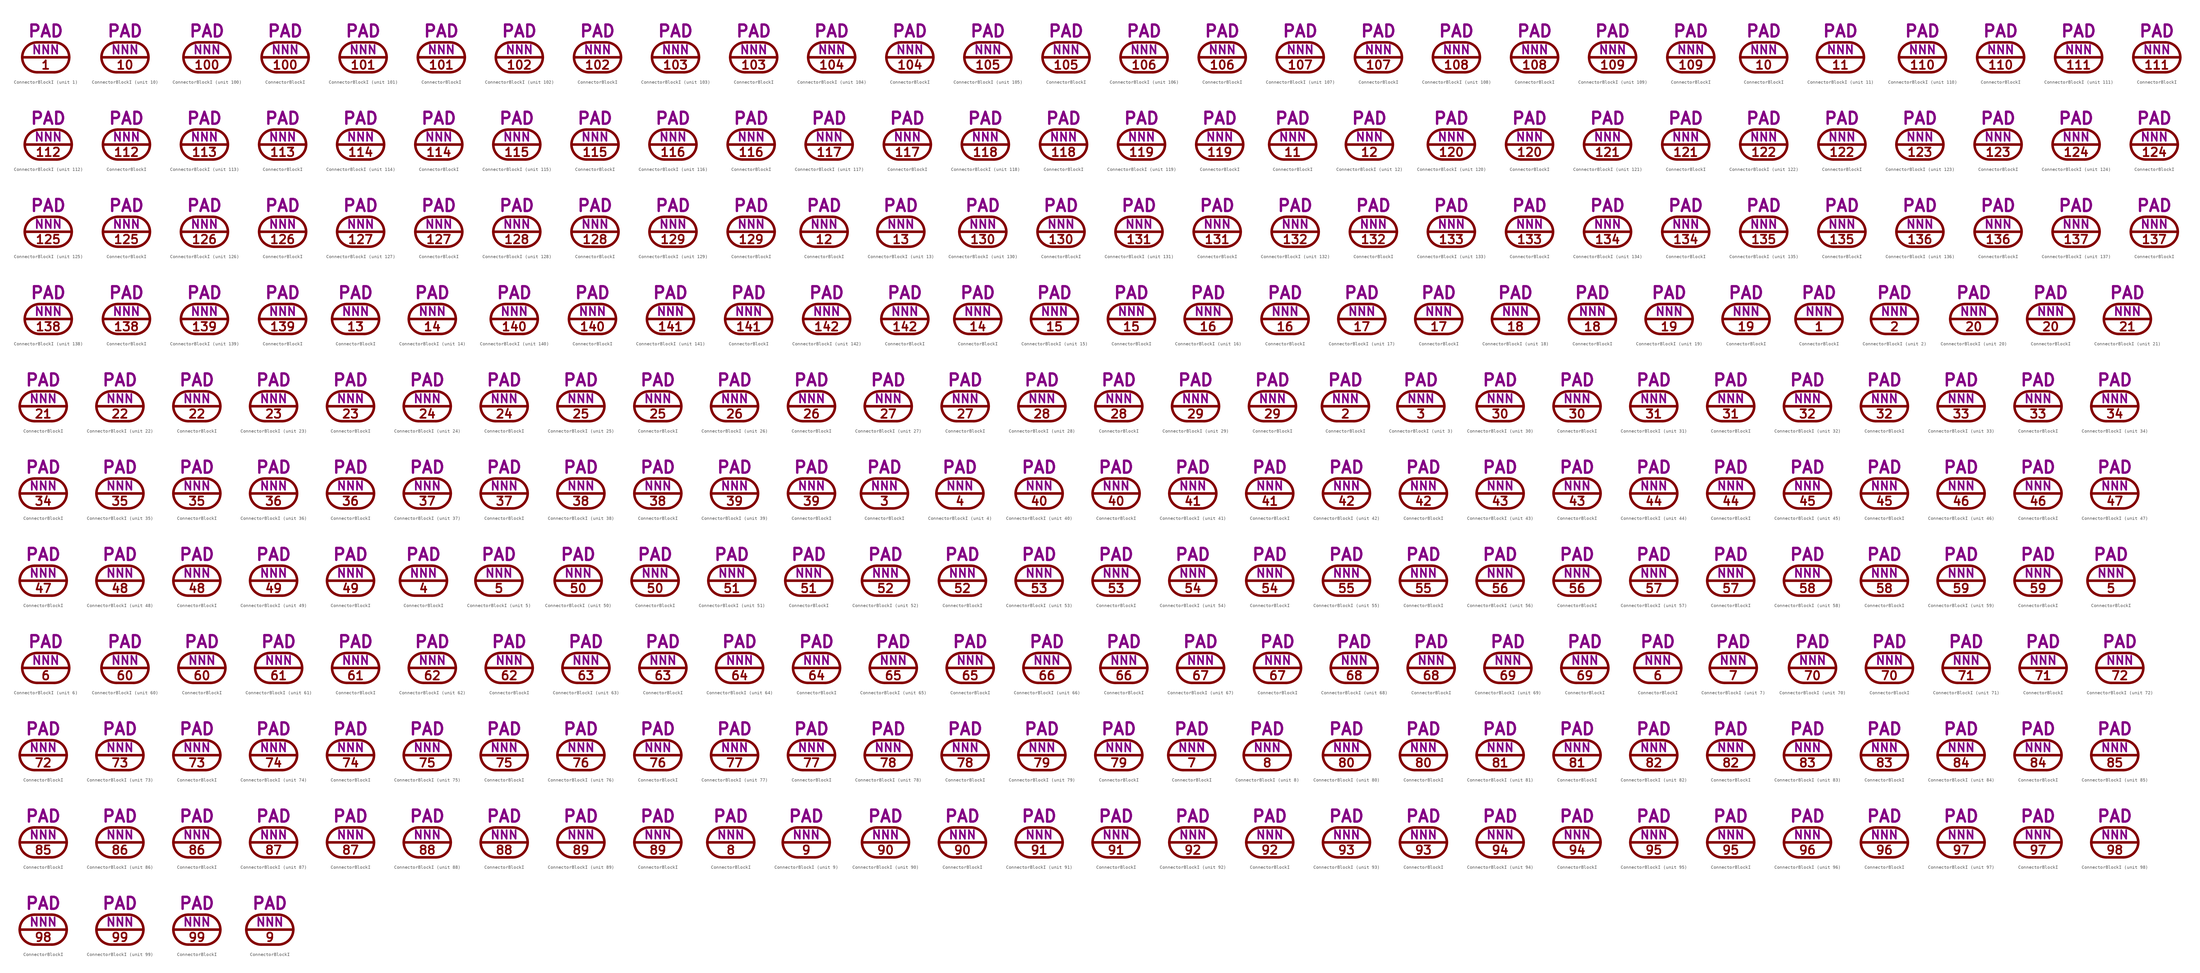
<source format=kicad_sym>
(kicad_symbol_lib
  (version 20211014)
  (generator kicad_symbol_editor)
  (symbol "ConnectorBlockI"
    (pin_numbers hide)
    (pin_names
      (offset 0) hide)
    (property "Reference" "J"
      (at 0 8.255 0)
      (effects (font (size 3.556 3.556)) hide))
    (property "Caption" "PAD"
      (at 0 5.715 0)
      (effects (font (size 3.556 3.556) bold) (justify bottom)))
    (property "Pin0" "NNN"
      (at 0 0.762 0)
      (effects (font (size 2.54 2.54) bold) (justify bottom)))
    (property "ki_locked" ""
      (at 0 0 0)
      (effects (font (size 1.27 1.27))))
    (symbol "ConnectorBlockI_0_0"
      (arc (start -2.54 4.445) (mid -6.985 0) (end -2.54 -4.445) (stroke (width 0.762) (type default) (color 0 0 0 0)) (fill (type none)))
      (polyline (pts (xy -6.985 0) (xy 6.985 0)) (stroke (width 0.762) (type default) (color 0 0 0 0)) (fill (type none)))
      (polyline (pts (xy -2.54 -4.445) (xy 2.54 -4.445)) (stroke (width 0.762) (type default) (color 0 0 0 0)) (fill (type none)))
      (polyline (pts (xy -2.54 4.445) (xy 2.54 4.445)) (stroke (width 0.762) (type default) (color 0 0 0 0)) (fill (type none)))
      (arc (start 2.54 -4.445) (mid 6.985 0) (end 2.54 4.445) (stroke (width 0.762) (type default) (color 0 0 0 0)) (fill (type none))))
    (symbol "ConnectorBlockI_1_0"
      (text "1" (at 0 -2.286 0) (effects (font (size 2.54 2.54) bold))))
    (symbol "ConnectorBlockI_1_1"
      (pin passive line (at 6.985 0 180) (length 0) (name "1" (effects (font (size 3.556 3.556)))) (number "1" (effects (font (size 3.556 3.556))))))
    (symbol "ConnectorBlockI_1_2"
      (pin passive line (at 0 4.445 270) (length 0) (name "1" (effects (font (size 3.556 3.556)))) (number "1" (effects (font (size 3.556 3.556))))))
    (symbol "ConnectorBlockI_2_0"
      (text "2" (at 0 -2.286 0) (effects (font (size 2.54 2.54) bold))))
    (symbol "ConnectorBlockI_2_1"
      (pin passive line (at 6.985 0 180) (length 0) (name "2" (effects (font (size 3.556 3.556)))) (number "2" (effects (font (size 3.556 3.556))))))
    (symbol "ConnectorBlockI_2_2"
      (pin passive line (at 0 4.445 270) (length 0) (name "2" (effects (font (size 3.556 3.556)))) (number "2" (effects (font (size 3.556 3.556))))))
    (symbol "ConnectorBlockI_3_0"
      (text "3" (at 0 -2.286 0) (effects (font (size 2.54 2.54) bold))))
    (symbol "ConnectorBlockI_3_1"
      (pin passive line (at 6.985 0 180) (length 0) (name "3" (effects (font (size 3.556 3.556)))) (number "3" (effects (font (size 3.556 3.556))))))
    (symbol "ConnectorBlockI_3_2"
      (pin passive line (at 0 4.445 270) (length 0) (name "3" (effects (font (size 3.556 3.556)))) (number "3" (effects (font (size 3.556 3.556))))))
    (symbol "ConnectorBlockI_4_0"
      (text "4" (at 0 -2.286 0) (effects (font (size 2.54 2.54) bold))))
    (symbol "ConnectorBlockI_4_1"
      (pin passive line (at 6.985 0 180) (length 0) (name "4" (effects (font (size 3.556 3.556)))) (number "4" (effects (font (size 3.556 3.556))))))
    (symbol "ConnectorBlockI_4_2"
      (pin passive line (at 0 4.445 270) (length 0) (name "4" (effects (font (size 3.556 3.556)))) (number "4" (effects (font (size 3.556 3.556))))))
    (symbol "ConnectorBlockI_5_0"
      (text "5" (at 0 -2.286 0) (effects (font (size 2.54 2.54) bold))))
    (symbol "ConnectorBlockI_5_1"
      (pin passive line (at 6.985 0 180) (length 0) (name "5" (effects (font (size 3.556 3.556)))) (number "5" (effects (font (size 3.556 3.556))))))
    (symbol "ConnectorBlockI_5_2"
      (pin passive line (at 0 4.445 270) (length 0) (name "5" (effects (font (size 3.556 3.556)))) (number "5" (effects (font (size 3.556 3.556))))))
    (symbol "ConnectorBlockI_6_0"
      (text "6" (at 0 -2.286 0) (effects (font (size 2.54 2.54) bold))))
    (symbol "ConnectorBlockI_6_1"
      (pin passive line (at 6.985 0 180) (length 0) (name "6" (effects (font (size 3.556 3.556)))) (number "6" (effects (font (size 3.556 3.556))))))
    (symbol "ConnectorBlockI_6_2"
      (pin passive line (at 0 4.445 270) (length 0) (name "6" (effects (font (size 3.556 3.556)))) (number "6" (effects (font (size 3.556 3.556))))))
    (symbol "ConnectorBlockI_7_0"
      (text "7" (at 0 -2.286 0) (effects (font (size 2.54 2.54) bold))))
    (symbol "ConnectorBlockI_7_1"
      (pin passive line (at 6.985 0 180) (length 0) (name "7" (effects (font (size 3.556 3.556)))) (number "7" (effects (font (size 3.556 3.556))))))
    (symbol "ConnectorBlockI_7_2"
      (pin passive line (at 0 4.445 270) (length 0) (name "7" (effects (font (size 3.556 3.556)))) (number "7" (effects (font (size 3.556 3.556))))))
    (symbol "ConnectorBlockI_8_0"
      (text "8" (at 0 -2.286 0) (effects (font (size 2.54 2.54) bold))))
    (symbol "ConnectorBlockI_8_1"
      (pin passive line (at 6.985 0 180) (length 0) (name "8" (effects (font (size 3.556 3.556)))) (number "8" (effects (font (size 3.556 3.556))))))
    (symbol "ConnectorBlockI_8_2"
      (pin passive line (at 0 4.445 270) (length 0) (name "8" (effects (font (size 3.556 3.556)))) (number "8" (effects (font (size 3.556 3.556))))))
    (symbol "ConnectorBlockI_9_0"
      (text "9" (at 0 -2.286 0) (effects (font (size 2.54 2.54) bold))))
    (symbol "ConnectorBlockI_9_1"
      (pin passive line (at 6.985 0 180) (length 0) (name "9" (effects (font (size 3.556 3.556)))) (number "9" (effects (font (size 3.556 3.556))))))
    (symbol "ConnectorBlockI_9_2"
      (pin passive line (at 0 4.445 270) (length 0) (name "9" (effects (font (size 3.556 3.556)))) (number "9" (effects (font (size 3.556 3.556))))))
    (symbol "ConnectorBlockI_10_0"
      (text "10" (at 0 -2.286 0) (effects (font (size 2.54 2.54) bold))))
    (symbol "ConnectorBlockI_10_1"
      (pin passive line (at 6.985 0 180) (length 0) (name "10" (effects (font (size 3.556 3.556)))) (number "10" (effects (font (size 3.556 3.556))))))
    (symbol "ConnectorBlockI_10_2"
      (pin passive line (at 0 4.445 270) (length 0) (name "10" (effects (font (size 3.556 3.556)))) (number "10" (effects (font (size 3.556 3.556))))))
    (symbol "ConnectorBlockI_11_0"
      (text "11" (at 0 -2.286 0) (effects (font (size 2.54 2.54) bold))))
    (symbol "ConnectorBlockI_11_1"
      (pin passive line (at 6.985 0 180) (length 0) (name "11" (effects (font (size 3.556 3.556)))) (number "11" (effects (font (size 3.556 3.556))))))
    (symbol "ConnectorBlockI_11_2"
      (pin passive line (at 0 4.445 270) (length 0) (name "11" (effects (font (size 3.556 3.556)))) (number "11" (effects (font (size 3.556 3.556))))))
    (symbol "ConnectorBlockI_12_0"
      (text "12" (at 0 -2.286 0) (effects (font (size 2.54 2.54) bold))))
    (symbol "ConnectorBlockI_12_1"
      (pin passive line (at 6.985 0 180) (length 0) (name "12" (effects (font (size 3.556 3.556)))) (number "12" (effects (font (size 3.556 3.556))))))
    (symbol "ConnectorBlockI_12_2"
      (pin passive line (at 0 4.445 270) (length 0) (name "12" (effects (font (size 3.556 3.556)))) (number "12" (effects (font (size 3.556 3.556))))))
    (symbol "ConnectorBlockI_13_0"
      (text "13" (at 0 -2.286 0) (effects (font (size 2.54 2.54) bold))))
    (symbol "ConnectorBlockI_13_1"
      (pin passive line (at 6.985 0 180) (length 0) (name "13" (effects (font (size 3.556 3.556)))) (number "13" (effects (font (size 3.556 3.556))))))
    (symbol "ConnectorBlockI_13_2"
      (pin passive line (at 0 4.445 270) (length 0) (name "13" (effects (font (size 3.556 3.556)))) (number "13" (effects (font (size 3.556 3.556))))))
    (symbol "ConnectorBlockI_14_0"
      (text "14" (at 0 -2.286 0) (effects (font (size 2.54 2.54) bold))))
    (symbol "ConnectorBlockI_14_1"
      (pin passive line (at 6.985 0 180) (length 0) (name "14" (effects (font (size 3.556 3.556)))) (number "14" (effects (font (size 3.556 3.556))))))
    (symbol "ConnectorBlockI_14_2"
      (pin passive line (at 0 4.445 270) (length 0) (name "14" (effects (font (size 3.556 3.556)))) (number "14" (effects (font (size 3.556 3.556))))))
    (symbol "ConnectorBlockI_15_0"
      (text "15" (at 0 -2.286 0) (effects (font (size 2.54 2.54) bold))))
    (symbol "ConnectorBlockI_15_1"
      (pin passive line (at 6.985 0 180) (length 0) (name "15" (effects (font (size 3.556 3.556)))) (number "15" (effects (font (size 3.556 3.556))))))
    (symbol "ConnectorBlockI_15_2"
      (pin passive line (at 0 4.445 270) (length 0) (name "15" (effects (font (size 3.556 3.556)))) (number "15" (effects (font (size 3.556 3.556))))))
    (symbol "ConnectorBlockI_16_0"
      (text "16" (at 0 -2.286 0) (effects (font (size 2.54 2.54) bold))))
    (symbol "ConnectorBlockI_16_1"
      (pin passive line (at 6.985 0 180) (length 0) (name "16" (effects (font (size 3.556 3.556)))) (number "16" (effects (font (size 3.556 3.556))))))
    (symbol "ConnectorBlockI_16_2"
      (pin passive line (at 0 4.445 270) (length 0) (name "16" (effects (font (size 3.556 3.556)))) (number "16" (effects (font (size 3.556 3.556))))))
    (symbol "ConnectorBlockI_17_0"
      (text "17" (at 0 -2.286 0) (effects (font (size 2.54 2.54) bold))))
    (symbol "ConnectorBlockI_17_1"
      (pin passive line (at 6.985 0 180) (length 0) (name "17" (effects (font (size 3.556 3.556)))) (number "17" (effects (font (size 3.556 3.556))))))
    (symbol "ConnectorBlockI_17_2"
      (pin passive line (at 0 4.445 270) (length 0) (name "17" (effects (font (size 3.556 3.556)))) (number "17" (effects (font (size 3.556 3.556))))))
    (symbol "ConnectorBlockI_18_0"
      (text "18" (at 0 -2.286 0) (effects (font (size 2.54 2.54) bold))))
    (symbol "ConnectorBlockI_18_1"
      (pin passive line (at 6.985 0 180) (length 0) (name "18" (effects (font (size 3.556 3.556)))) (number "18" (effects (font (size 3.556 3.556))))))
    (symbol "ConnectorBlockI_18_2"
      (pin passive line (at 0 4.445 270) (length 0) (name "18" (effects (font (size 3.556 3.556)))) (number "18" (effects (font (size 3.556 3.556))))))
    (symbol "ConnectorBlockI_19_0"
      (text "19" (at 0 -2.286 0) (effects (font (size 2.54 2.54) bold))))
    (symbol "ConnectorBlockI_19_1"
      (pin passive line (at 6.985 0 180) (length 0) (name "19" (effects (font (size 3.556 3.556)))) (number "19" (effects (font (size 3.556 3.556))))))
    (symbol "ConnectorBlockI_19_2"
      (pin passive line (at 0 4.445 270) (length 0) (name "19" (effects (font (size 3.556 3.556)))) (number "19" (effects (font (size 3.556 3.556))))))
    (symbol "ConnectorBlockI_20_0"
      (text "20" (at 0 -2.286 0) (effects (font (size 2.54 2.54) bold))))
    (symbol "ConnectorBlockI_20_1"
      (pin passive line (at 6.985 0 180) (length 0) (name "20" (effects (font (size 3.556 3.556)))) (number "20" (effects (font (size 3.556 3.556))))))
    (symbol "ConnectorBlockI_20_2"
      (pin passive line (at 0 4.445 270) (length 0) (name "20" (effects (font (size 3.556 3.556)))) (number "20" (effects (font (size 3.556 3.556))))))
    (symbol "ConnectorBlockI_21_0"
      (text "21" (at 0 -2.286 0) (effects (font (size 2.54 2.54) bold))))
    (symbol "ConnectorBlockI_21_1"
      (pin passive line (at 6.985 0 180) (length 0) (name "21" (effects (font (size 3.556 3.556)))) (number "21" (effects (font (size 3.556 3.556))))))
    (symbol "ConnectorBlockI_21_2"
      (pin passive line (at 0 4.445 270) (length 0) (name "21" (effects (font (size 3.556 3.556)))) (number "21" (effects (font (size 3.556 3.556))))))
    (symbol "ConnectorBlockI_22_0"
      (text "22" (at 0 -2.286 0) (effects (font (size 2.54 2.54) bold))))
    (symbol "ConnectorBlockI_22_1"
      (pin passive line (at 6.985 0 180) (length 0) (name "22" (effects (font (size 3.556 3.556)))) (number "22" (effects (font (size 3.556 3.556))))))
    (symbol "ConnectorBlockI_22_2"
      (pin passive line (at 0 4.445 270) (length 0) (name "22" (effects (font (size 3.556 3.556)))) (number "22" (effects (font (size 3.556 3.556))))))
    (symbol "ConnectorBlockI_23_0"
      (text "23" (at 0 -2.286 0) (effects (font (size 2.54 2.54) bold))))
    (symbol "ConnectorBlockI_23_1"
      (pin passive line (at 6.985 0 180) (length 0) (name "23" (effects (font (size 3.556 3.556)))) (number "23" (effects (font (size 3.556 3.556))))))
    (symbol "ConnectorBlockI_23_2"
      (pin passive line (at 0 4.445 270) (length 0) (name "23" (effects (font (size 3.556 3.556)))) (number "23" (effects (font (size 3.556 3.556))))))
    (symbol "ConnectorBlockI_24_0"
      (text "24" (at 0 -2.286 0) (effects (font (size 2.54 2.54) bold))))
    (symbol "ConnectorBlockI_24_1"
      (pin passive line (at 6.985 0 180) (length 0) (name "24" (effects (font (size 3.556 3.556)))) (number "24" (effects (font (size 3.556 3.556))))))
    (symbol "ConnectorBlockI_24_2"
      (pin passive line (at 0 4.445 270) (length 0) (name "24" (effects (font (size 3.556 3.556)))) (number "24" (effects (font (size 3.556 3.556))))))
    (symbol "ConnectorBlockI_25_0"
      (text "25" (at 0 -2.286 0) (effects (font (size 2.54 2.54) bold))))
    (symbol "ConnectorBlockI_25_1"
      (pin passive line (at 6.985 0 180) (length 0) (name "25" (effects (font (size 3.556 3.556)))) (number "25" (effects (font (size 3.556 3.556))))))
    (symbol "ConnectorBlockI_25_2"
      (pin passive line (at 0 4.445 270) (length 0) (name "25" (effects (font (size 3.556 3.556)))) (number "25" (effects (font (size 3.556 3.556))))))
    (symbol "ConnectorBlockI_26_0"
      (text "26" (at 0 -2.286 0) (effects (font (size 2.54 2.54) bold))))
    (symbol "ConnectorBlockI_26_1"
      (pin passive line (at 6.985 0 180) (length 0) (name "26" (effects (font (size 3.556 3.556)))) (number "26" (effects (font (size 3.556 3.556))))))
    (symbol "ConnectorBlockI_26_2"
      (pin passive line (at 0 4.445 270) (length 0) (name "26" (effects (font (size 3.556 3.556)))) (number "26" (effects (font (size 3.556 3.556))))))
    (symbol "ConnectorBlockI_27_0"
      (text "27" (at 0 -2.286 0) (effects (font (size 2.54 2.54) bold))))
    (symbol "ConnectorBlockI_27_1"
      (pin passive line (at 6.985 0 180) (length 0) (name "27" (effects (font (size 3.556 3.556)))) (number "27" (effects (font (size 3.556 3.556))))))
    (symbol "ConnectorBlockI_27_2"
      (pin passive line (at 0 4.445 270) (length 0) (name "27" (effects (font (size 3.556 3.556)))) (number "27" (effects (font (size 3.556 3.556))))))
    (symbol "ConnectorBlockI_28_0"
      (text "28" (at 0 -2.286 0) (effects (font (size 2.54 2.54) bold))))
    (symbol "ConnectorBlockI_28_1"
      (pin passive line (at 6.985 0 180) (length 0) (name "28" (effects (font (size 3.556 3.556)))) (number "28" (effects (font (size 3.556 3.556))))))
    (symbol "ConnectorBlockI_28_2"
      (pin passive line (at 0 4.445 270) (length 0) (name "28" (effects (font (size 3.556 3.556)))) (number "28" (effects (font (size 3.556 3.556))))))
    (symbol "ConnectorBlockI_29_0"
      (text "29" (at 0 -2.286 0) (effects (font (size 2.54 2.54) bold))))
    (symbol "ConnectorBlockI_29_1"
      (pin passive line (at 6.985 0 180) (length 0) (name "29" (effects (font (size 3.556 3.556)))) (number "29" (effects (font (size 3.556 3.556))))))
    (symbol "ConnectorBlockI_29_2"
      (pin passive line (at 0 4.445 270) (length 0) (name "29" (effects (font (size 3.556 3.556)))) (number "29" (effects (font (size 3.556 3.556))))))
    (symbol "ConnectorBlockI_30_0"
      (text "30" (at 0 -2.286 0) (effects (font (size 2.54 2.54) bold))))
    (symbol "ConnectorBlockI_30_1"
      (pin passive line (at 6.985 0 180) (length 0) (name "30" (effects (font (size 3.556 3.556)))) (number "30" (effects (font (size 3.556 3.556))))))
    (symbol "ConnectorBlockI_30_2"
      (pin passive line (at 0 4.445 270) (length 0) (name "30" (effects (font (size 3.556 3.556)))) (number "30" (effects (font (size 3.556 3.556))))))
    (symbol "ConnectorBlockI_31_0"
      (text "31" (at 0 -2.286 0) (effects (font (size 2.54 2.54) bold))))
    (symbol "ConnectorBlockI_31_1"
      (pin passive line (at 6.985 0 180) (length 0) (name "31" (effects (font (size 3.556 3.556)))) (number "31" (effects (font (size 3.556 3.556))))))
    (symbol "ConnectorBlockI_31_2"
      (pin passive line (at 0 4.445 270) (length 0) (name "31" (effects (font (size 3.556 3.556)))) (number "31" (effects (font (size 3.556 3.556))))))
    (symbol "ConnectorBlockI_32_0"
      (text "32" (at 0 -2.286 0) (effects (font (size 2.54 2.54) bold))))
    (symbol "ConnectorBlockI_32_1"
      (pin passive line (at 6.985 0 180) (length 0) (name "32" (effects (font (size 3.556 3.556)))) (number "32" (effects (font (size 3.556 3.556))))))
    (symbol "ConnectorBlockI_32_2"
      (pin passive line (at 0 4.445 270) (length 0) (name "32" (effects (font (size 3.556 3.556)))) (number "32" (effects (font (size 3.556 3.556))))))
    (symbol "ConnectorBlockI_33_0"
      (text "33" (at 0 -2.286 0) (effects (font (size 2.54 2.54) bold))))
    (symbol "ConnectorBlockI_33_1"
      (pin passive line (at 6.985 0 180) (length 0) (name "33" (effects (font (size 3.556 3.556)))) (number "33" (effects (font (size 3.556 3.556))))))
    (symbol "ConnectorBlockI_33_2"
      (pin passive line (at 0 4.445 270) (length 0) (name "33" (effects (font (size 3.556 3.556)))) (number "33" (effects (font (size 3.556 3.556))))))
    (symbol "ConnectorBlockI_34_0"
      (text "34" (at 0 -2.286 0) (effects (font (size 2.54 2.54) bold))))
    (symbol "ConnectorBlockI_34_1"
      (pin passive line (at 6.985 0 180) (length 0) (name "34" (effects (font (size 3.556 3.556)))) (number "34" (effects (font (size 3.556 3.556))))))
    (symbol "ConnectorBlockI_34_2"
      (pin passive line (at 0 4.445 270) (length 0) (name "34" (effects (font (size 3.556 3.556)))) (number "34" (effects (font (size 3.556 3.556))))))
    (symbol "ConnectorBlockI_35_0"
      (text "35" (at 0 -2.286 0) (effects (font (size 2.54 2.54) bold))))
    (symbol "ConnectorBlockI_35_1"
      (pin passive line (at 6.985 0 180) (length 0) (name "35" (effects (font (size 3.556 3.556)))) (number "35" (effects (font (size 3.556 3.556))))))
    (symbol "ConnectorBlockI_35_2"
      (pin passive line (at 0 4.445 270) (length 0) (name "35" (effects (font (size 3.556 3.556)))) (number "35" (effects (font (size 3.556 3.556))))))
    (symbol "ConnectorBlockI_36_0"
      (text "36" (at 0 -2.286 0) (effects (font (size 2.54 2.54) bold))))
    (symbol "ConnectorBlockI_36_1"
      (pin passive line (at 6.985 0 180) (length 0) (name "36" (effects (font (size 3.556 3.556)))) (number "36" (effects (font (size 3.556 3.556))))))
    (symbol "ConnectorBlockI_36_2"
      (pin passive line (at 0 4.445 270) (length 0) (name "36" (effects (font (size 3.556 3.556)))) (number "36" (effects (font (size 3.556 3.556))))))
    (symbol "ConnectorBlockI_37_0"
      (text "37" (at 0 -2.286 0) (effects (font (size 2.54 2.54) bold))))
    (symbol "ConnectorBlockI_37_1"
      (pin passive line (at 6.985 0 180) (length 0) (name "37" (effects (font (size 3.556 3.556)))) (number "37" (effects (font (size 3.556 3.556))))))
    (symbol "ConnectorBlockI_37_2"
      (pin passive line (at 0 4.445 270) (length 0) (name "37" (effects (font (size 3.556 3.556)))) (number "37" (effects (font (size 3.556 3.556))))))
    (symbol "ConnectorBlockI_38_0"
      (text "38" (at 0 -2.286 0) (effects (font (size 2.54 2.54) bold))))
    (symbol "ConnectorBlockI_38_1"
      (pin passive line (at 6.985 0 180) (length 0) (name "38" (effects (font (size 3.556 3.556)))) (number "38" (effects (font (size 3.556 3.556))))))
    (symbol "ConnectorBlockI_38_2"
      (pin passive line (at 0 4.445 270) (length 0) (name "38" (effects (font (size 3.556 3.556)))) (number "38" (effects (font (size 3.556 3.556))))))
    (symbol "ConnectorBlockI_39_0"
      (text "39" (at 0 -2.286 0) (effects (font (size 2.54 2.54) bold))))
    (symbol "ConnectorBlockI_39_1"
      (pin passive line (at 6.985 0 180) (length 0) (name "39" (effects (font (size 3.556 3.556)))) (number "39" (effects (font (size 3.556 3.556))))))
    (symbol "ConnectorBlockI_39_2"
      (pin passive line (at 0 4.445 270) (length 0) (name "39" (effects (font (size 3.556 3.556)))) (number "39" (effects (font (size 3.556 3.556))))))
    (symbol "ConnectorBlockI_40_0"
      (text "40" (at 0 -2.286 0) (effects (font (size 2.54 2.54) bold))))
    (symbol "ConnectorBlockI_40_1"
      (pin passive line (at 6.985 0 180) (length 0) (name "40" (effects (font (size 3.556 3.556)))) (number "40" (effects (font (size 3.556 3.556))))))
    (symbol "ConnectorBlockI_40_2"
      (pin passive line (at 0 4.445 270) (length 0) (name "40" (effects (font (size 3.556 3.556)))) (number "40" (effects (font (size 3.556 3.556))))))
    (symbol "ConnectorBlockI_41_0"
      (text "41" (at 0 -2.286 0) (effects (font (size 2.54 2.54) bold))))
    (symbol "ConnectorBlockI_41_1"
      (pin passive line (at 6.985 0 180) (length 0) (name "41" (effects (font (size 3.556 3.556)))) (number "41" (effects (font (size 3.556 3.556))))))
    (symbol "ConnectorBlockI_41_2"
      (pin passive line (at 0 4.445 270) (length 0) (name "41" (effects (font (size 3.556 3.556)))) (number "41" (effects (font (size 3.556 3.556))))))
    (symbol "ConnectorBlockI_42_0"
      (text "42" (at 0 -2.286 0) (effects (font (size 2.54 2.54) bold))))
    (symbol "ConnectorBlockI_42_1"
      (pin passive line (at 6.985 0 180) (length 0) (name "42" (effects (font (size 3.556 3.556)))) (number "42" (effects (font (size 3.556 3.556))))))
    (symbol "ConnectorBlockI_42_2"
      (pin passive line (at 0 4.445 270) (length 0) (name "42" (effects (font (size 3.556 3.556)))) (number "42" (effects (font (size 3.556 3.556))))))
    (symbol "ConnectorBlockI_43_0"
      (text "43" (at 0 -2.286 0) (effects (font (size 2.54 2.54) bold))))
    (symbol "ConnectorBlockI_43_1"
      (pin passive line (at 6.985 0 180) (length 0) (name "43" (effects (font (size 3.556 3.556)))) (number "43" (effects (font (size 3.556 3.556))))))
    (symbol "ConnectorBlockI_43_2"
      (pin passive line (at 0 4.445 270) (length 0) (name "43" (effects (font (size 3.556 3.556)))) (number "43" (effects (font (size 3.556 3.556))))))
    (symbol "ConnectorBlockI_44_0"
      (text "44" (at 0 -2.286 0) (effects (font (size 2.54 2.54) bold))))
    (symbol "ConnectorBlockI_44_1"
      (pin passive line (at 6.985 0 180) (length 0) (name "44" (effects (font (size 3.556 3.556)))) (number "44" (effects (font (size 3.556 3.556))))))
    (symbol "ConnectorBlockI_44_2"
      (pin passive line (at 0 4.445 270) (length 0) (name "44" (effects (font (size 3.556 3.556)))) (number "44" (effects (font (size 3.556 3.556))))))
    (symbol "ConnectorBlockI_45_0"
      (text "45" (at 0 -2.286 0) (effects (font (size 2.54 2.54) bold))))
    (symbol "ConnectorBlockI_45_1"
      (pin passive line (at 6.985 0 180) (length 0) (name "45" (effects (font (size 3.556 3.556)))) (number "45" (effects (font (size 3.556 3.556))))))
    (symbol "ConnectorBlockI_45_2"
      (pin passive line (at 0 4.445 270) (length 0) (name "45" (effects (font (size 3.556 3.556)))) (number "45" (effects (font (size 3.556 3.556))))))
    (symbol "ConnectorBlockI_46_0"
      (text "46" (at 0 -2.286 0) (effects (font (size 2.54 2.54) bold))))
    (symbol "ConnectorBlockI_46_1"
      (pin passive line (at 6.985 0 180) (length 0) (name "46" (effects (font (size 3.556 3.556)))) (number "46" (effects (font (size 3.556 3.556))))))
    (symbol "ConnectorBlockI_46_2"
      (pin passive line (at 0 4.445 270) (length 0) (name "46" (effects (font (size 3.556 3.556)))) (number "46" (effects (font (size 3.556 3.556))))))
    (symbol "ConnectorBlockI_47_0"
      (text "47" (at 0 -2.286 0) (effects (font (size 2.54 2.54) bold))))
    (symbol "ConnectorBlockI_47_1"
      (pin passive line (at 6.985 0 180) (length 0) (name "47" (effects (font (size 3.556 3.556)))) (number "47" (effects (font (size 3.556 3.556))))))
    (symbol "ConnectorBlockI_47_2"
      (pin passive line (at 0 4.445 270) (length 0) (name "47" (effects (font (size 3.556 3.556)))) (number "47" (effects (font (size 3.556 3.556))))))
    (symbol "ConnectorBlockI_48_0"
      (text "48" (at 0 -2.286 0) (effects (font (size 2.54 2.54) bold))))
    (symbol "ConnectorBlockI_48_1"
      (pin passive line (at 6.985 0 180) (length 0) (name "48" (effects (font (size 3.556 3.556)))) (number "48" (effects (font (size 3.556 3.556))))))
    (symbol "ConnectorBlockI_48_2"
      (pin passive line (at 0 4.445 270) (length 0) (name "48" (effects (font (size 3.556 3.556)))) (number "48" (effects (font (size 3.556 3.556))))))
    (symbol "ConnectorBlockI_49_0"
      (text "49" (at 0 -2.286 0) (effects (font (size 2.54 2.54) bold))))
    (symbol "ConnectorBlockI_49_1"
      (pin passive line (at 6.985 0 180) (length 0) (name "49" (effects (font (size 3.556 3.556)))) (number "49" (effects (font (size 3.556 3.556))))))
    (symbol "ConnectorBlockI_49_2"
      (pin passive line (at 0 4.445 270) (length 0) (name "49" (effects (font (size 3.556 3.556)))) (number "49" (effects (font (size 3.556 3.556))))))
    (symbol "ConnectorBlockI_50_0"
      (text "50" (at 0 -2.286 0) (effects (font (size 2.54 2.54) bold))))
    (symbol "ConnectorBlockI_50_1"
      (pin passive line (at 6.985 0 180) (length 0) (name "50" (effects (font (size 3.556 3.556)))) (number "50" (effects (font (size 3.556 3.556))))))
    (symbol "ConnectorBlockI_50_2"
      (pin passive line (at 0 4.445 270) (length 0) (name "50" (effects (font (size 3.556 3.556)))) (number "50" (effects (font (size 3.556 3.556))))))
    (symbol "ConnectorBlockI_51_0"
      (text "51" (at 0 -2.286 0) (effects (font (size 2.54 2.54) bold))))
    (symbol "ConnectorBlockI_51_1"
      (pin passive line (at 6.985 0 180) (length 0) (name "51" (effects (font (size 3.556 3.556)))) (number "51" (effects (font (size 3.556 3.556))))))
    (symbol "ConnectorBlockI_51_2"
      (pin passive line (at 0 4.445 270) (length 0) (name "51" (effects (font (size 3.556 3.556)))) (number "51" (effects (font (size 3.556 3.556))))))
    (symbol "ConnectorBlockI_52_0"
      (text "52" (at 0 -2.286 0) (effects (font (size 2.54 2.54) bold))))
    (symbol "ConnectorBlockI_52_1"
      (pin passive line (at 6.985 0 180) (length 0) (name "52" (effects (font (size 3.556 3.556)))) (number "52" (effects (font (size 3.556 3.556))))))
    (symbol "ConnectorBlockI_52_2"
      (pin passive line (at 0 4.445 270) (length 0) (name "52" (effects (font (size 3.556 3.556)))) (number "52" (effects (font (size 3.556 3.556))))))
    (symbol "ConnectorBlockI_53_0"
      (text "53" (at 0 -2.286 0) (effects (font (size 2.54 2.54) bold))))
    (symbol "ConnectorBlockI_53_1"
      (pin passive line (at 6.985 0 180) (length 0) (name "53" (effects (font (size 3.556 3.556)))) (number "53" (effects (font (size 3.556 3.556))))))
    (symbol "ConnectorBlockI_53_2"
      (pin passive line (at 0 4.445 270) (length 0) (name "53" (effects (font (size 3.556 3.556)))) (number "53" (effects (font (size 3.556 3.556))))))
    (symbol "ConnectorBlockI_54_0"
      (text "54" (at 0 -2.286 0) (effects (font (size 2.54 2.54) bold))))
    (symbol "ConnectorBlockI_54_1"
      (pin passive line (at 6.985 0 180) (length 0) (name "54" (effects (font (size 3.556 3.556)))) (number "54" (effects (font (size 3.556 3.556))))))
    (symbol "ConnectorBlockI_54_2"
      (pin passive line (at 0 4.445 270) (length 0) (name "54" (effects (font (size 3.556 3.556)))) (number "54" (effects (font (size 3.556 3.556))))))
    (symbol "ConnectorBlockI_55_0"
      (text "55" (at 0 -2.286 0) (effects (font (size 2.54 2.54) bold))))
    (symbol "ConnectorBlockI_55_1"
      (pin passive line (at 6.985 0 180) (length 0) (name "55" (effects (font (size 3.556 3.556)))) (number "55" (effects (font (size 3.556 3.556))))))
    (symbol "ConnectorBlockI_55_2"
      (pin passive line (at 0 4.445 270) (length 0) (name "55" (effects (font (size 3.556 3.556)))) (number "55" (effects (font (size 3.556 3.556))))))
    (symbol "ConnectorBlockI_56_0"
      (text "56" (at 0 -2.286 0) (effects (font (size 2.54 2.54) bold))))
    (symbol "ConnectorBlockI_56_1"
      (pin passive line (at 6.985 0 180) (length 0) (name "56" (effects (font (size 3.556 3.556)))) (number "56" (effects (font (size 3.556 3.556))))))
    (symbol "ConnectorBlockI_56_2"
      (pin passive line (at 0 4.445 270) (length 0) (name "56" (effects (font (size 3.556 3.556)))) (number "56" (effects (font (size 3.556 3.556))))))
    (symbol "ConnectorBlockI_57_0"
      (text "57" (at 0 -2.286 0) (effects (font (size 2.54 2.54) bold))))
    (symbol "ConnectorBlockI_57_1"
      (pin passive line (at 6.985 0 180) (length 0) (name "57" (effects (font (size 3.556 3.556)))) (number "57" (effects (font (size 3.556 3.556))))))
    (symbol "ConnectorBlockI_57_2"
      (pin passive line (at 0 4.445 270) (length 0) (name "57" (effects (font (size 3.556 3.556)))) (number "57" (effects (font (size 3.556 3.556))))))
    (symbol "ConnectorBlockI_58_0"
      (text "58" (at 0 -2.286 0) (effects (font (size 2.54 2.54) bold))))
    (symbol "ConnectorBlockI_58_1"
      (pin passive line (at 6.985 0 180) (length 0) (name "58" (effects (font (size 3.556 3.556)))) (number "58" (effects (font (size 3.556 3.556))))))
    (symbol "ConnectorBlockI_58_2"
      (pin passive line (at 0 4.445 270) (length 0) (name "58" (effects (font (size 3.556 3.556)))) (number "58" (effects (font (size 3.556 3.556))))))
    (symbol "ConnectorBlockI_59_0"
      (text "59" (at 0 -2.286 0) (effects (font (size 2.54 2.54) bold))))
    (symbol "ConnectorBlockI_59_1"
      (pin passive line (at 6.985 0 180) (length 0) (name "59" (effects (font (size 3.556 3.556)))) (number "59" (effects (font (size 3.556 3.556))))))
    (symbol "ConnectorBlockI_59_2"
      (pin passive line (at 0 4.445 270) (length 0) (name "59" (effects (font (size 3.556 3.556)))) (number "59" (effects (font (size 3.556 3.556))))))
    (symbol "ConnectorBlockI_60_0"
      (text "60" (at 0 -2.286 0) (effects (font (size 2.54 2.54) bold))))
    (symbol "ConnectorBlockI_60_1"
      (pin passive line (at 6.985 0 180) (length 0) (name "60" (effects (font (size 3.556 3.556)))) (number "60" (effects (font (size 3.556 3.556))))))
    (symbol "ConnectorBlockI_60_2"
      (pin passive line (at 0 4.445 270) (length 0) (name "60" (effects (font (size 3.556 3.556)))) (number "60" (effects (font (size 3.556 3.556))))))
    (symbol "ConnectorBlockI_61_0"
      (text "61" (at 0 -2.286 0) (effects (font (size 2.54 2.54) bold))))
    (symbol "ConnectorBlockI_61_1"
      (pin passive line (at 6.985 0 180) (length 0) (name "61" (effects (font (size 3.556 3.556)))) (number "61" (effects (font (size 3.556 3.556))))))
    (symbol "ConnectorBlockI_61_2"
      (pin passive line (at 0 4.445 270) (length 0) (name "61" (effects (font (size 3.556 3.556)))) (number "61" (effects (font (size 3.556 3.556))))))
    (symbol "ConnectorBlockI_62_0"
      (text "62" (at 0 -2.286 0) (effects (font (size 2.54 2.54) bold))))
    (symbol "ConnectorBlockI_62_1"
      (pin passive line (at 6.985 0 180) (length 0) (name "62" (effects (font (size 3.556 3.556)))) (number "62" (effects (font (size 3.556 3.556))))))
    (symbol "ConnectorBlockI_62_2"
      (pin passive line (at 0 4.445 270) (length 0) (name "62" (effects (font (size 3.556 3.556)))) (number "62" (effects (font (size 3.556 3.556))))))
    (symbol "ConnectorBlockI_63_0"
      (text "63" (at 0 -2.286 0) (effects (font (size 2.54 2.54) bold))))
    (symbol "ConnectorBlockI_63_1"
      (pin passive line (at 6.985 0 180) (length 0) (name "63" (effects (font (size 3.556 3.556)))) (number "63" (effects (font (size 3.556 3.556))))))
    (symbol "ConnectorBlockI_63_2"
      (pin passive line (at 0 4.445 270) (length 0) (name "63" (effects (font (size 3.556 3.556)))) (number "63" (effects (font (size 3.556 3.556))))))
    (symbol "ConnectorBlockI_64_0"
      (text "64" (at 0 -2.286 0) (effects (font (size 2.54 2.54) bold))))
    (symbol "ConnectorBlockI_64_1"
      (pin passive line (at 6.985 0 180) (length 0) (name "64" (effects (font (size 3.556 3.556)))) (number "64" (effects (font (size 3.556 3.556))))))
    (symbol "ConnectorBlockI_64_2"
      (pin passive line (at 0 4.445 270) (length 0) (name "64" (effects (font (size 3.556 3.556)))) (number "64" (effects (font (size 3.556 3.556))))))
    (symbol "ConnectorBlockI_65_0"
      (text "65" (at 0 -2.286 0) (effects (font (size 2.54 2.54) bold))))
    (symbol "ConnectorBlockI_65_1"
      (pin passive line (at 6.985 0 180) (length 0) (name "65" (effects (font (size 3.556 3.556)))) (number "65" (effects (font (size 3.556 3.556))))))
    (symbol "ConnectorBlockI_65_2"
      (pin passive line (at 0 4.445 270) (length 0) (name "65" (effects (font (size 3.556 3.556)))) (number "65" (effects (font (size 3.556 3.556))))))
    (symbol "ConnectorBlockI_66_0"
      (text "66" (at 0 -2.286 0) (effects (font (size 2.54 2.54) bold))))
    (symbol "ConnectorBlockI_66_1"
      (pin passive line (at 6.985 0 180) (length 0) (name "66" (effects (font (size 3.556 3.556)))) (number "66" (effects (font (size 3.556 3.556))))))
    (symbol "ConnectorBlockI_66_2"
      (pin passive line (at 0 4.445 270) (length 0) (name "66" (effects (font (size 3.556 3.556)))) (number "66" (effects (font (size 3.556 3.556))))))
    (symbol "ConnectorBlockI_67_0"
      (text "67" (at 0 -2.286 0) (effects (font (size 2.54 2.54) bold))))
    (symbol "ConnectorBlockI_67_1"
      (pin passive line (at 6.985 0 180) (length 0) (name "67" (effects (font (size 3.556 3.556)))) (number "67" (effects (font (size 3.556 3.556))))))
    (symbol "ConnectorBlockI_67_2"
      (pin passive line (at 0 4.445 270) (length 0) (name "67" (effects (font (size 3.556 3.556)))) (number "67" (effects (font (size 3.556 3.556))))))
    (symbol "ConnectorBlockI_68_0"
      (text "68" (at 0 -2.286 0) (effects (font (size 2.54 2.54) bold))))
    (symbol "ConnectorBlockI_68_1"
      (pin passive line (at 6.985 0 180) (length 0) (name "68" (effects (font (size 3.556 3.556)))) (number "68" (effects (font (size 3.556 3.556))))))
    (symbol "ConnectorBlockI_68_2"
      (pin passive line (at 0 4.445 270) (length 0) (name "68" (effects (font (size 3.556 3.556)))) (number "68" (effects (font (size 3.556 3.556))))))
    (symbol "ConnectorBlockI_69_0"
      (text "69" (at 0 -2.286 0) (effects (font (size 2.54 2.54) bold))))
    (symbol "ConnectorBlockI_69_1"
      (pin passive line (at 6.985 0 180) (length 0) (name "69" (effects (font (size 3.556 3.556)))) (number "69" (effects (font (size 3.556 3.556))))))
    (symbol "ConnectorBlockI_69_2"
      (pin passive line (at 0 4.445 270) (length 0) (name "69" (effects (font (size 3.556 3.556)))) (number "69" (effects (font (size 3.556 3.556))))))
    (symbol "ConnectorBlockI_70_0"
      (text "70" (at 0 -2.286 0) (effects (font (size 2.54 2.54) bold))))
    (symbol "ConnectorBlockI_70_1"
      (pin passive line (at 6.985 0 180) (length 0) (name "70" (effects (font (size 3.556 3.556)))) (number "70" (effects (font (size 3.556 3.556))))))
    (symbol "ConnectorBlockI_70_2"
      (pin passive line (at 0 4.445 270) (length 0) (name "70" (effects (font (size 3.556 3.556)))) (number "70" (effects (font (size 3.556 3.556))))))
    (symbol "ConnectorBlockI_71_0"
      (text "71" (at 0 -2.286 0) (effects (font (size 2.54 2.54) bold))))
    (symbol "ConnectorBlockI_71_1"
      (pin passive line (at 6.985 0 180) (length 0) (name "71" (effects (font (size 3.556 3.556)))) (number "71" (effects (font (size 3.556 3.556))))))
    (symbol "ConnectorBlockI_71_2"
      (pin passive line (at 0 4.445 270) (length 0) (name "71" (effects (font (size 3.556 3.556)))) (number "71" (effects (font (size 3.556 3.556))))))
    (symbol "ConnectorBlockI_72_0"
      (text "72" (at 0 -2.286 0) (effects (font (size 2.54 2.54) bold))))
    (symbol "ConnectorBlockI_72_1"
      (pin passive line (at 6.985 0 180) (length 0) (name "72" (effects (font (size 3.556 3.556)))) (number "72" (effects (font (size 3.556 3.556))))))
    (symbol "ConnectorBlockI_72_2"
      (pin passive line (at 0 4.445 270) (length 0) (name "72" (effects (font (size 3.556 3.556)))) (number "72" (effects (font (size 3.556 3.556))))))
    (symbol "ConnectorBlockI_73_0"
      (text "73" (at 0 -2.286 0) (effects (font (size 2.54 2.54) bold))))
    (symbol "ConnectorBlockI_73_1"
      (pin passive line (at 6.985 0 180) (length 0) (name "73" (effects (font (size 3.556 3.556)))) (number "73" (effects (font (size 3.556 3.556))))))
    (symbol "ConnectorBlockI_73_2"
      (pin passive line (at 0 4.445 270) (length 0) (name "73" (effects (font (size 3.556 3.556)))) (number "73" (effects (font (size 3.556 3.556))))))
    (symbol "ConnectorBlockI_74_0"
      (text "74" (at 0 -2.286 0) (effects (font (size 2.54 2.54) bold))))
    (symbol "ConnectorBlockI_74_1"
      (pin passive line (at 6.985 0 180) (length 0) (name "74" (effects (font (size 3.556 3.556)))) (number "74" (effects (font (size 3.556 3.556))))))
    (symbol "ConnectorBlockI_74_2"
      (pin passive line (at 0 4.445 270) (length 0) (name "74" (effects (font (size 3.556 3.556)))) (number "74" (effects (font (size 3.556 3.556))))))
    (symbol "ConnectorBlockI_75_0"
      (text "75" (at 0 -2.286 0) (effects (font (size 2.54 2.54) bold))))
    (symbol "ConnectorBlockI_75_1"
      (pin passive line (at 6.985 0 180) (length 0) (name "75" (effects (font (size 3.556 3.556)))) (number "75" (effects (font (size 3.556 3.556))))))
    (symbol "ConnectorBlockI_75_2"
      (pin passive line (at 0 4.445 270) (length 0) (name "75" (effects (font (size 3.556 3.556)))) (number "75" (effects (font (size 3.556 3.556))))))
    (symbol "ConnectorBlockI_76_0"
      (text "76" (at 0 -2.286 0) (effects (font (size 2.54 2.54) bold))))
    (symbol "ConnectorBlockI_76_1"
      (pin passive line (at 6.985 0 180) (length 0) (name "76" (effects (font (size 3.556 3.556)))) (number "76" (effects (font (size 3.556 3.556))))))
    (symbol "ConnectorBlockI_76_2"
      (pin passive line (at 0 4.445 270) (length 0) (name "76" (effects (font (size 3.556 3.556)))) (number "76" (effects (font (size 3.556 3.556))))))
    (symbol "ConnectorBlockI_77_0"
      (text "77" (at 0 -2.286 0) (effects (font (size 2.54 2.54) bold))))
    (symbol "ConnectorBlockI_77_1"
      (pin passive line (at 6.985 0 180) (length 0) (name "77" (effects (font (size 3.556 3.556)))) (number "77" (effects (font (size 3.556 3.556))))))
    (symbol "ConnectorBlockI_77_2"
      (pin passive line (at 0 4.445 270) (length 0) (name "77" (effects (font (size 3.556 3.556)))) (number "77" (effects (font (size 3.556 3.556))))))
    (symbol "ConnectorBlockI_78_0"
      (text "78" (at 0 -2.286 0) (effects (font (size 2.54 2.54) bold))))
    (symbol "ConnectorBlockI_78_1"
      (pin passive line (at 6.985 0 180) (length 0) (name "78" (effects (font (size 3.556 3.556)))) (number "78" (effects (font (size 3.556 3.556))))))
    (symbol "ConnectorBlockI_78_2"
      (pin passive line (at 0 4.445 270) (length 0) (name "78" (effects (font (size 3.556 3.556)))) (number "78" (effects (font (size 3.556 3.556))))))
    (symbol "ConnectorBlockI_79_0"
      (text "79" (at 0 -2.286 0) (effects (font (size 2.54 2.54) bold))))
    (symbol "ConnectorBlockI_79_1"
      (pin passive line (at 6.985 0 180) (length 0) (name "79" (effects (font (size 3.556 3.556)))) (number "79" (effects (font (size 3.556 3.556))))))
    (symbol "ConnectorBlockI_79_2"
      (pin passive line (at 0 4.445 270) (length 0) (name "79" (effects (font (size 3.556 3.556)))) (number "79" (effects (font (size 3.556 3.556))))))
    (symbol "ConnectorBlockI_80_0"
      (text "80" (at 0 -2.286 0) (effects (font (size 2.54 2.54) bold))))
    (symbol "ConnectorBlockI_80_1"
      (pin passive line (at 6.985 0 180) (length 0) (name "80" (effects (font (size 3.556 3.556)))) (number "80" (effects (font (size 3.556 3.556))))))
    (symbol "ConnectorBlockI_80_2"
      (pin passive line (at 0 4.445 270) (length 0) (name "80" (effects (font (size 3.556 3.556)))) (number "80" (effects (font (size 3.556 3.556))))))
    (symbol "ConnectorBlockI_81_0"
      (text "81" (at 0 -2.286 0) (effects (font (size 2.54 2.54) bold))))
    (symbol "ConnectorBlockI_81_1"
      (pin passive line (at 6.985 0 180) (length 0) (name "81" (effects (font (size 3.556 3.556)))) (number "81" (effects (font (size 3.556 3.556))))))
    (symbol "ConnectorBlockI_81_2"
      (pin passive line (at 0 4.445 270) (length 0) (name "81" (effects (font (size 3.556 3.556)))) (number "81" (effects (font (size 3.556 3.556))))))
    (symbol "ConnectorBlockI_82_0"
      (text "82" (at 0 -2.286 0) (effects (font (size 2.54 2.54) bold))))
    (symbol "ConnectorBlockI_82_1"
      (pin passive line (at 6.985 0 180) (length 0) (name "82" (effects (font (size 3.556 3.556)))) (number "82" (effects (font (size 3.556 3.556))))))
    (symbol "ConnectorBlockI_82_2"
      (pin passive line (at 0 4.445 270) (length 0) (name "82" (effects (font (size 3.556 3.556)))) (number "82" (effects (font (size 3.556 3.556))))))
    (symbol "ConnectorBlockI_83_0"
      (text "83" (at 0 -2.286 0) (effects (font (size 2.54 2.54) bold))))
    (symbol "ConnectorBlockI_83_1"
      (pin passive line (at 6.985 0 180) (length 0) (name "83" (effects (font (size 3.556 3.556)))) (number "83" (effects (font (size 3.556 3.556))))))
    (symbol "ConnectorBlockI_83_2"
      (pin passive line (at 0 4.445 270) (length 0) (name "83" (effects (font (size 3.556 3.556)))) (number "83" (effects (font (size 3.556 3.556))))))
    (symbol "ConnectorBlockI_84_0"
      (text "84" (at 0 -2.286 0) (effects (font (size 2.54 2.54) bold))))
    (symbol "ConnectorBlockI_84_1"
      (pin passive line (at 6.985 0 180) (length 0) (name "84" (effects (font (size 3.556 3.556)))) (number "84" (effects (font (size 3.556 3.556))))))
    (symbol "ConnectorBlockI_84_2"
      (pin passive line (at 0 4.445 270) (length 0) (name "84" (effects (font (size 3.556 3.556)))) (number "84" (effects (font (size 3.556 3.556))))))
    (symbol "ConnectorBlockI_85_0"
      (text "85" (at 0 -2.286 0) (effects (font (size 2.54 2.54) bold))))
    (symbol "ConnectorBlockI_85_1"
      (pin passive line (at 6.985 0 180) (length 0) (name "85" (effects (font (size 3.556 3.556)))) (number "85" (effects (font (size 3.556 3.556))))))
    (symbol "ConnectorBlockI_85_2"
      (pin passive line (at 0 4.445 270) (length 0) (name "85" (effects (font (size 3.556 3.556)))) (number "85" (effects (font (size 3.556 3.556))))))
    (symbol "ConnectorBlockI_86_0"
      (text "86" (at 0 -2.286 0) (effects (font (size 2.54 2.54) bold))))
    (symbol "ConnectorBlockI_86_1"
      (pin passive line (at 6.985 0 180) (length 0) (name "86" (effects (font (size 3.556 3.556)))) (number "86" (effects (font (size 3.556 3.556))))))
    (symbol "ConnectorBlockI_86_2"
      (pin passive line (at 0 4.445 270) (length 0) (name "86" (effects (font (size 3.556 3.556)))) (number "86" (effects (font (size 3.556 3.556))))))
    (symbol "ConnectorBlockI_87_0"
      (text "87" (at 0 -2.286 0) (effects (font (size 2.54 2.54) bold))))
    (symbol "ConnectorBlockI_87_1"
      (pin passive line (at 6.985 0 180) (length 0) (name "87" (effects (font (size 3.556 3.556)))) (number "87" (effects (font (size 3.556 3.556))))))
    (symbol "ConnectorBlockI_87_2"
      (pin passive line (at 0 4.445 270) (length 0) (name "87" (effects (font (size 3.556 3.556)))) (number "87" (effects (font (size 3.556 3.556))))))
    (symbol "ConnectorBlockI_88_0"
      (text "88" (at 0 -2.286 0) (effects (font (size 2.54 2.54) bold))))
    (symbol "ConnectorBlockI_88_1"
      (pin passive line (at 6.985 0 180) (length 0) (name "88" (effects (font (size 3.556 3.556)))) (number "88" (effects (font (size 3.556 3.556))))))
    (symbol "ConnectorBlockI_88_2"
      (pin passive line (at 0 4.445 270) (length 0) (name "88" (effects (font (size 3.556 3.556)))) (number "88" (effects (font (size 3.556 3.556))))))
    (symbol "ConnectorBlockI_89_0"
      (text "89" (at 0 -2.286 0) (effects (font (size 2.54 2.54) bold))))
    (symbol "ConnectorBlockI_89_1"
      (pin passive line (at 6.985 0 180) (length 0) (name "89" (effects (font (size 3.556 3.556)))) (number "89" (effects (font (size 3.556 3.556))))))
    (symbol "ConnectorBlockI_89_2"
      (pin passive line (at 0 4.445 270) (length 0) (name "89" (effects (font (size 3.556 3.556)))) (number "89" (effects (font (size 3.556 3.556))))))
    (symbol "ConnectorBlockI_90_0"
      (text "90" (at 0 -2.286 0) (effects (font (size 2.54 2.54) bold))))
    (symbol "ConnectorBlockI_90_1"
      (pin passive line (at 6.985 0 180) (length 0) (name "90" (effects (font (size 3.556 3.556)))) (number "90" (effects (font (size 3.556 3.556))))))
    (symbol "ConnectorBlockI_90_2"
      (pin passive line (at 0 4.445 270) (length 0) (name "90" (effects (font (size 3.556 3.556)))) (number "90" (effects (font (size 3.556 3.556))))))
    (symbol "ConnectorBlockI_91_0"
      (text "91" (at 0 -2.286 0) (effects (font (size 2.54 2.54) bold))))
    (symbol "ConnectorBlockI_91_1"
      (pin passive line (at 6.985 0 180) (length 0) (name "91" (effects (font (size 3.556 3.556)))) (number "91" (effects (font (size 3.556 3.556))))))
    (symbol "ConnectorBlockI_91_2"
      (pin passive line (at 0 4.445 270) (length 0) (name "91" (effects (font (size 3.556 3.556)))) (number "91" (effects (font (size 3.556 3.556))))))
    (symbol "ConnectorBlockI_92_0"
      (text "92" (at 0 -2.286 0) (effects (font (size 2.54 2.54) bold))))
    (symbol "ConnectorBlockI_92_1"
      (pin passive line (at 6.985 0 180) (length 0) (name "92" (effects (font (size 3.556 3.556)))) (number "92" (effects (font (size 3.556 3.556))))))
    (symbol "ConnectorBlockI_92_2"
      (pin passive line (at 0 4.445 270) (length 0) (name "92" (effects (font (size 3.556 3.556)))) (number "92" (effects (font (size 3.556 3.556))))))
    (symbol "ConnectorBlockI_93_0"
      (text "93" (at 0 -2.286 0) (effects (font (size 2.54 2.54) bold))))
    (symbol "ConnectorBlockI_93_1"
      (pin passive line (at 6.985 0 180) (length 0) (name "93" (effects (font (size 3.556 3.556)))) (number "93" (effects (font (size 3.556 3.556))))))
    (symbol "ConnectorBlockI_93_2"
      (pin passive line (at 0 4.445 270) (length 0) (name "93" (effects (font (size 3.556 3.556)))) (number "93" (effects (font (size 3.556 3.556))))))
    (symbol "ConnectorBlockI_94_0"
      (text "94" (at 0 -2.286 0) (effects (font (size 2.54 2.54) bold))))
    (symbol "ConnectorBlockI_94_1"
      (pin passive line (at 6.985 0 180) (length 0) (name "94" (effects (font (size 3.556 3.556)))) (number "94" (effects (font (size 3.556 3.556))))))
    (symbol "ConnectorBlockI_94_2"
      (pin passive line (at 0 4.445 270) (length 0) (name "94" (effects (font (size 3.556 3.556)))) (number "94" (effects (font (size 3.556 3.556))))))
    (symbol "ConnectorBlockI_95_0"
      (text "95" (at 0 -2.286 0) (effects (font (size 2.54 2.54) bold))))
    (symbol "ConnectorBlockI_95_1"
      (pin passive line (at 6.985 0 180) (length 0) (name "95" (effects (font (size 3.556 3.556)))) (number "95" (effects (font (size 3.556 3.556))))))
    (symbol "ConnectorBlockI_95_2"
      (pin passive line (at 0 4.445 270) (length 0) (name "95" (effects (font (size 3.556 3.556)))) (number "95" (effects (font (size 3.556 3.556))))))
    (symbol "ConnectorBlockI_96_0"
      (text "96" (at 0 -2.286 0) (effects (font (size 2.54 2.54) bold))))
    (symbol "ConnectorBlockI_96_1"
      (pin passive line (at 6.985 0 180) (length 0) (name "96" (effects (font (size 3.556 3.556)))) (number "96" (effects (font (size 3.556 3.556))))))
    (symbol "ConnectorBlockI_96_2"
      (pin passive line (at 0 4.445 270) (length 0) (name "96" (effects (font (size 3.556 3.556)))) (number "96" (effects (font (size 3.556 3.556))))))
    (symbol "ConnectorBlockI_97_0"
      (text "97" (at 0 -2.286 0) (effects (font (size 2.54 2.54) bold))))
    (symbol "ConnectorBlockI_97_1"
      (pin passive line (at 6.985 0 180) (length 0) (name "97" (effects (font (size 3.556 3.556)))) (number "97" (effects (font (size 3.556 3.556))))))
    (symbol "ConnectorBlockI_97_2"
      (pin passive line (at 0 4.445 270) (length 0) (name "97" (effects (font (size 3.556 3.556)))) (number "97" (effects (font (size 3.556 3.556))))))
    (symbol "ConnectorBlockI_98_0"
      (text "98" (at 0 -2.286 0) (effects (font (size 2.54 2.54) bold))))
    (symbol "ConnectorBlockI_98_1"
      (pin passive line (at 6.985 0 180) (length 0) (name "98" (effects (font (size 3.556 3.556)))) (number "98" (effects (font (size 3.556 3.556))))))
    (symbol "ConnectorBlockI_98_2"
      (pin passive line (at 0 4.445 270) (length 0) (name "98" (effects (font (size 3.556 3.556)))) (number "98" (effects (font (size 3.556 3.556))))))
    (symbol "ConnectorBlockI_99_0"
      (text "99" (at 0 -2.286 0) (effects (font (size 2.54 2.54) bold))))
    (symbol "ConnectorBlockI_99_1"
      (pin passive line (at 6.985 0 180) (length 0) (name "99" (effects (font (size 3.556 3.556)))) (number "99" (effects (font (size 3.556 3.556))))))
    (symbol "ConnectorBlockI_99_2"
      (pin passive line (at 0 4.445 270) (length 0) (name "99" (effects (font (size 3.556 3.556)))) (number "99" (effects (font (size 3.556 3.556))))))
    (symbol "ConnectorBlockI_100_0"
      (text "100" (at 0 -2.286 0) (effects (font (size 2.54 2.54) bold))))
    (symbol "ConnectorBlockI_100_1"
      (pin passive line (at 6.985 0 180) (length 0) (name "100" (effects (font (size 3.556 3.556)))) (number "100" (effects (font (size 3.556 3.556))))))
    (symbol "ConnectorBlockI_100_2"
      (pin passive line (at 0 4.445 270) (length 0) (name "100" (effects (font (size 3.556 3.556)))) (number "100" (effects (font (size 3.556 3.556))))))
    (symbol "ConnectorBlockI_101_0"
      (text "101" (at 0 -2.286 0) (effects (font (size 2.54 2.54) bold))))
    (symbol "ConnectorBlockI_101_1"
      (pin passive line (at 6.985 0 180) (length 0) (name "101" (effects (font (size 3.556 3.556)))) (number "101" (effects (font (size 3.556 3.556))))))
    (symbol "ConnectorBlockI_101_2"
      (pin passive line (at 0 4.445 270) (length 0) (name "101" (effects (font (size 3.556 3.556)))) (number "101" (effects (font (size 3.556 3.556))))))
    (symbol "ConnectorBlockI_102_0"
      (text "102" (at 0 -2.286 0) (effects (font (size 2.54 2.54) bold))))
    (symbol "ConnectorBlockI_102_1"
      (pin passive line (at 6.985 0 180) (length 0) (name "102" (effects (font (size 3.556 3.556)))) (number "102" (effects (font (size 3.556 3.556))))))
    (symbol "ConnectorBlockI_102_2"
      (pin passive line (at 0 4.445 270) (length 0) (name "102" (effects (font (size 3.556 3.556)))) (number "102" (effects (font (size 3.556 3.556))))))
    (symbol "ConnectorBlockI_103_0"
      (text "103" (at 0 -2.286 0) (effects (font (size 2.54 2.54) bold))))
    (symbol "ConnectorBlockI_103_1"
      (pin passive line (at 6.985 0 180) (length 0) (name "103" (effects (font (size 3.556 3.556)))) (number "103" (effects (font (size 3.556 3.556))))))
    (symbol "ConnectorBlockI_103_2"
      (pin passive line (at 0 4.445 270) (length 0) (name "103" (effects (font (size 3.556 3.556)))) (number "103" (effects (font (size 3.556 3.556))))))
    (symbol "ConnectorBlockI_104_0"
      (text "104" (at 0 -2.286 0) (effects (font (size 2.54 2.54) bold))))
    (symbol "ConnectorBlockI_104_1"
      (pin passive line (at 6.985 0 180) (length 0) (name "104" (effects (font (size 3.556 3.556)))) (number "104" (effects (font (size 3.556 3.556))))))
    (symbol "ConnectorBlockI_104_2"
      (pin passive line (at 0 4.445 270) (length 0) (name "104" (effects (font (size 3.556 3.556)))) (number "104" (effects (font (size 3.556 3.556))))))
    (symbol "ConnectorBlockI_105_0"
      (text "105" (at 0 -2.286 0) (effects (font (size 2.54 2.54) bold))))
    (symbol "ConnectorBlockI_105_1"
      (pin passive line (at 6.985 0 180) (length 0) (name "105" (effects (font (size 3.556 3.556)))) (number "105" (effects (font (size 3.556 3.556))))))
    (symbol "ConnectorBlockI_105_2"
      (pin passive line (at 0 4.445 270) (length 0) (name "105" (effects (font (size 3.556 3.556)))) (number "105" (effects (font (size 3.556 3.556))))))
    (symbol "ConnectorBlockI_106_0"
      (text "106" (at 0 -2.286 0) (effects (font (size 2.54 2.54) bold))))
    (symbol "ConnectorBlockI_106_1"
      (pin passive line (at 6.985 0 180) (length 0) (name "106" (effects (font (size 3.556 3.556)))) (number "106" (effects (font (size 3.556 3.556))))))
    (symbol "ConnectorBlockI_106_2"
      (pin passive line (at 0 4.445 270) (length 0) (name "106" (effects (font (size 3.556 3.556)))) (number "106" (effects (font (size 3.556 3.556))))))
    (symbol "ConnectorBlockI_107_0"
      (text "107" (at 0 -2.286 0) (effects (font (size 2.54 2.54) bold))))
    (symbol "ConnectorBlockI_107_1"
      (pin passive line (at 6.985 0 180) (length 0) (name "107" (effects (font (size 3.556 3.556)))) (number "107" (effects (font (size 3.556 3.556))))))
    (symbol "ConnectorBlockI_107_2"
      (pin passive line (at 0 4.445 270) (length 0) (name "107" (effects (font (size 3.556 3.556)))) (number "107" (effects (font (size 3.556 3.556))))))
    (symbol "ConnectorBlockI_108_0"
      (text "108" (at 0 -2.286 0) (effects (font (size 2.54 2.54) bold))))
    (symbol "ConnectorBlockI_108_1"
      (pin passive line (at 6.985 0 180) (length 0) (name "108" (effects (font (size 3.556 3.556)))) (number "108" (effects (font (size 3.556 3.556))))))
    (symbol "ConnectorBlockI_108_2"
      (pin passive line (at 0 4.445 270) (length 0) (name "108" (effects (font (size 3.556 3.556)))) (number "108" (effects (font (size 3.556 3.556))))))
    (symbol "ConnectorBlockI_109_0"
      (text "109" (at 0 -2.286 0) (effects (font (size 2.54 2.54) bold))))
    (symbol "ConnectorBlockI_109_1"
      (pin passive line (at 6.985 0 180) (length 0) (name "109" (effects (font (size 3.556 3.556)))) (number "109" (effects (font (size 3.556 3.556))))))
    (symbol "ConnectorBlockI_109_2"
      (pin passive line (at 0 4.445 270) (length 0) (name "109" (effects (font (size 3.556 3.556)))) (number "109" (effects (font (size 3.556 3.556))))))
    (symbol "ConnectorBlockI_110_0"
      (text "110" (at 0 -2.286 0) (effects (font (size 2.54 2.54) bold))))
    (symbol "ConnectorBlockI_110_1"
      (pin passive line (at 6.985 0 180) (length 0) (name "110" (effects (font (size 3.556 3.556)))) (number "110" (effects (font (size 3.556 3.556))))))
    (symbol "ConnectorBlockI_110_2"
      (pin passive line (at 0 4.445 270) (length 0) (name "110" (effects (font (size 3.556 3.556)))) (number "110" (effects (font (size 3.556 3.556))))))
    (symbol "ConnectorBlockI_111_0"
      (text "111" (at 0 -2.286 0) (effects (font (size 2.54 2.54) bold))))
    (symbol "ConnectorBlockI_111_1"
      (pin passive line (at 6.985 0 180) (length 0) (name "111" (effects (font (size 3.556 3.556)))) (number "111" (effects (font (size 3.556 3.556))))))
    (symbol "ConnectorBlockI_111_2"
      (pin passive line (at 0 4.445 270) (length 0) (name "111" (effects (font (size 3.556 3.556)))) (number "111" (effects (font (size 3.556 3.556))))))
    (symbol "ConnectorBlockI_112_0"
      (text "112" (at 0 -2.286 0) (effects (font (size 2.54 2.54) bold))))
    (symbol "ConnectorBlockI_112_1"
      (pin passive line (at 6.985 0 180) (length 0) (name "112" (effects (font (size 3.556 3.556)))) (number "112" (effects (font (size 3.556 3.556))))))
    (symbol "ConnectorBlockI_112_2"
      (pin passive line (at 0 4.445 270) (length 0) (name "112" (effects (font (size 3.556 3.556)))) (number "112" (effects (font (size 3.556 3.556))))))
    (symbol "ConnectorBlockI_113_0"
      (text "113" (at 0 -2.286 0) (effects (font (size 2.54 2.54) bold))))
    (symbol "ConnectorBlockI_113_1"
      (pin passive line (at 6.985 0 180) (length 0) (name "113" (effects (font (size 3.556 3.556)))) (number "113" (effects (font (size 3.556 3.556))))))
    (symbol "ConnectorBlockI_113_2"
      (pin passive line (at 0 4.445 270) (length 0) (name "113" (effects (font (size 3.556 3.556)))) (number "113" (effects (font (size 3.556 3.556))))))
    (symbol "ConnectorBlockI_114_0"
      (text "114" (at 0 -2.286 0) (effects (font (size 2.54 2.54) bold))))
    (symbol "ConnectorBlockI_114_1"
      (pin passive line (at 6.985 0 180) (length 0) (name "114" (effects (font (size 3.556 3.556)))) (number "114" (effects (font (size 3.556 3.556))))))
    (symbol "ConnectorBlockI_114_2"
      (pin passive line (at 0 4.445 270) (length 0) (name "114" (effects (font (size 3.556 3.556)))) (number "114" (effects (font (size 3.556 3.556))))))
    (symbol "ConnectorBlockI_115_0"
      (text "115" (at 0 -2.286 0) (effects (font (size 2.54 2.54) bold))))
    (symbol "ConnectorBlockI_115_1"
      (pin passive line (at 6.985 0 180) (length 0) (name "115" (effects (font (size 3.556 3.556)))) (number "115" (effects (font (size 3.556 3.556))))))
    (symbol "ConnectorBlockI_115_2"
      (pin passive line (at 0 4.445 270) (length 0) (name "115" (effects (font (size 3.556 3.556)))) (number "115" (effects (font (size 3.556 3.556))))))
    (symbol "ConnectorBlockI_116_0"
      (text "116" (at 0 -2.286 0) (effects (font (size 2.54 2.54) bold))))
    (symbol "ConnectorBlockI_116_1"
      (pin passive line (at 6.985 0 180) (length 0) (name "116" (effects (font (size 3.556 3.556)))) (number "116" (effects (font (size 3.556 3.556))))))
    (symbol "ConnectorBlockI_116_2"
      (pin passive line (at 0 4.445 270) (length 0) (name "116" (effects (font (size 3.556 3.556)))) (number "116" (effects (font (size 3.556 3.556))))))
    (symbol "ConnectorBlockI_117_0"
      (text "117" (at 0 -2.286 0) (effects (font (size 2.54 2.54) bold))))
    (symbol "ConnectorBlockI_117_1"
      (pin passive line (at 6.985 0 180) (length 0) (name "117" (effects (font (size 3.556 3.556)))) (number "117" (effects (font (size 3.556 3.556))))))
    (symbol "ConnectorBlockI_117_2"
      (pin passive line (at 0 4.445 270) (length 0) (name "117" (effects (font (size 3.556 3.556)))) (number "117" (effects (font (size 3.556 3.556))))))
    (symbol "ConnectorBlockI_118_0"
      (text "118" (at 0 -2.286 0) (effects (font (size 2.54 2.54) bold))))
    (symbol "ConnectorBlockI_118_1"
      (pin passive line (at 6.985 0 180) (length 0) (name "118" (effects (font (size 3.556 3.556)))) (number "118" (effects (font (size 3.556 3.556))))))
    (symbol "ConnectorBlockI_118_2"
      (pin passive line (at 0 4.445 270) (length 0) (name "118" (effects (font (size 3.556 3.556)))) (number "118" (effects (font (size 3.556 3.556))))))
    (symbol "ConnectorBlockI_119_0"
      (text "119" (at 0 -2.286 0) (effects (font (size 2.54 2.54) bold))))
    (symbol "ConnectorBlockI_119_1"
      (pin passive line (at 6.985 0 180) (length 0) (name "119" (effects (font (size 3.556 3.556)))) (number "119" (effects (font (size 3.556 3.556))))))
    (symbol "ConnectorBlockI_119_2"
      (pin passive line (at 0 4.445 270) (length 0) (name "119" (effects (font (size 3.556 3.556)))) (number "119" (effects (font (size 3.556 3.556))))))
    (symbol "ConnectorBlockI_120_0"
      (text "120" (at 0 -2.286 0) (effects (font (size 2.54 2.54) bold))))
    (symbol "ConnectorBlockI_120_1"
      (pin passive line (at 6.985 0 180) (length 0) (name "120" (effects (font (size 3.556 3.556)))) (number "120" (effects (font (size 3.556 3.556))))))
    (symbol "ConnectorBlockI_120_2"
      (pin passive line (at 0 4.445 270) (length 0) (name "120" (effects (font (size 3.556 3.556)))) (number "120" (effects (font (size 3.556 3.556))))))
    (symbol "ConnectorBlockI_121_0"
      (text "121" (at 0 -2.286 0) (effects (font (size 2.54 2.54) bold))))
    (symbol "ConnectorBlockI_121_1"
      (pin passive line (at 6.985 0 180) (length 0) (name "121" (effects (font (size 3.556 3.556)))) (number "121" (effects (font (size 3.556 3.556))))))
    (symbol "ConnectorBlockI_121_2"
      (pin passive line (at 0 4.445 270) (length 0) (name "121" (effects (font (size 3.556 3.556)))) (number "121" (effects (font (size 3.556 3.556))))))
    (symbol "ConnectorBlockI_122_0"
      (text "122" (at 0 -2.286 0) (effects (font (size 2.54 2.54) bold))))
    (symbol "ConnectorBlockI_122_1"
      (pin passive line (at 6.985 0 180) (length 0) (name "122" (effects (font (size 3.556 3.556)))) (number "122" (effects (font (size 3.556 3.556))))))
    (symbol "ConnectorBlockI_122_2"
      (pin passive line (at 0 4.445 270) (length 0) (name "122" (effects (font (size 3.556 3.556)))) (number "122" (effects (font (size 3.556 3.556))))))
    (symbol "ConnectorBlockI_123_0"
      (text "123" (at 0 -2.286 0) (effects (font (size 2.54 2.54) bold))))
    (symbol "ConnectorBlockI_123_1"
      (pin passive line (at 6.985 0 180) (length 0) (name "123" (effects (font (size 3.556 3.556)))) (number "123" (effects (font (size 3.556 3.556))))))
    (symbol "ConnectorBlockI_123_2"
      (pin passive line (at 0 4.445 270) (length 0) (name "123" (effects (font (size 3.556 3.556)))) (number "123" (effects (font (size 3.556 3.556))))))
    (symbol "ConnectorBlockI_124_0"
      (text "124" (at 0 -2.286 0) (effects (font (size 2.54 2.54) bold))))
    (symbol "ConnectorBlockI_124_1"
      (pin passive line (at 6.985 0 180) (length 0) (name "124" (effects (font (size 3.556 3.556)))) (number "124" (effects (font (size 3.556 3.556))))))
    (symbol "ConnectorBlockI_124_2"
      (pin passive line (at 0 4.445 270) (length 0) (name "124" (effects (font (size 3.556 3.556)))) (number "124" (effects (font (size 3.556 3.556))))))
    (symbol "ConnectorBlockI_125_0"
      (text "125" (at 0 -2.286 0) (effects (font (size 2.54 2.54) bold))))
    (symbol "ConnectorBlockI_125_1"
      (pin passive line (at 6.985 0 180) (length 0) (name "125" (effects (font (size 3.556 3.556)))) (number "125" (effects (font (size 3.556 3.556))))))
    (symbol "ConnectorBlockI_125_2"
      (pin passive line (at 0 4.445 270) (length 0) (name "125" (effects (font (size 3.556 3.556)))) (number "125" (effects (font (size 3.556 3.556))))))
    (symbol "ConnectorBlockI_126_0"
      (text "126" (at 0 -2.286 0) (effects (font (size 2.54 2.54) bold))))
    (symbol "ConnectorBlockI_126_1"
      (pin passive line (at 6.985 0 180) (length 0) (name "126" (effects (font (size 3.556 3.556)))) (number "126" (effects (font (size 3.556 3.556))))))
    (symbol "ConnectorBlockI_126_2"
      (pin passive line (at 0 4.445 270) (length 0) (name "126" (effects (font (size 3.556 3.556)))) (number "126" (effects (font (size 3.556 3.556))))))
    (symbol "ConnectorBlockI_127_0"
      (text "127" (at 0 -2.286 0) (effects (font (size 2.54 2.54) bold))))
    (symbol "ConnectorBlockI_127_1"
      (pin passive line (at 6.985 0 180) (length 0) (name "127" (effects (font (size 3.556 3.556)))) (number "127" (effects (font (size 3.556 3.556))))))
    (symbol "ConnectorBlockI_127_2"
      (pin passive line (at 0 4.445 270) (length 0) (name "127" (effects (font (size 3.556 3.556)))) (number "127" (effects (font (size 3.556 3.556))))))
    (symbol "ConnectorBlockI_128_0"
      (text "128" (at 0 -2.286 0) (effects (font (size 2.54 2.54) bold))))
    (symbol "ConnectorBlockI_128_1"
      (pin passive line (at 6.985 0 180) (length 0) (name "128" (effects (font (size 3.556 3.556)))) (number "128" (effects (font (size 3.556 3.556))))))
    (symbol "ConnectorBlockI_128_2"
      (pin passive line (at 0 4.445 270) (length 0) (name "128" (effects (font (size 3.556 3.556)))) (number "128" (effects (font (size 3.556 3.556))))))
    (symbol "ConnectorBlockI_129_0"
      (text "129" (at 0 -2.286 0) (effects (font (size 2.54 2.54) bold))))
    (symbol "ConnectorBlockI_129_1"
      (pin passive line (at 6.985 0 180) (length 0) (name "129" (effects (font (size 3.556 3.556)))) (number "129" (effects (font (size 3.556 3.556))))))
    (symbol "ConnectorBlockI_129_2"
      (pin passive line (at 0 4.445 270) (length 0) (name "129" (effects (font (size 3.556 3.556)))) (number "129" (effects (font (size 3.556 3.556))))))
    (symbol "ConnectorBlockI_130_0"
      (text "130" (at 0 -2.286 0) (effects (font (size 2.54 2.54) bold))))
    (symbol "ConnectorBlockI_130_1"
      (pin passive line (at 6.985 0 180) (length 0) (name "130" (effects (font (size 3.556 3.556)))) (number "130" (effects (font (size 3.556 3.556))))))
    (symbol "ConnectorBlockI_130_2"
      (pin passive line (at 0 4.445 270) (length 0) (name "130" (effects (font (size 3.556 3.556)))) (number "130" (effects (font (size 3.556 3.556))))))
    (symbol "ConnectorBlockI_131_0"
      (text "131" (at 0 -2.286 0) (effects (font (size 2.54 2.54) bold))))
    (symbol "ConnectorBlockI_131_1"
      (pin passive line (at 6.985 0 180) (length 0) (name "131" (effects (font (size 3.556 3.556)))) (number "131" (effects (font (size 3.556 3.556))))))
    (symbol "ConnectorBlockI_131_2"
      (pin passive line (at 0 4.445 270) (length 0) (name "131" (effects (font (size 3.556 3.556)))) (number "131" (effects (font (size 3.556 3.556))))))
    (symbol "ConnectorBlockI_132_0"
      (text "132" (at 0 -2.286 0) (effects (font (size 2.54 2.54) bold))))
    (symbol "ConnectorBlockI_132_1"
      (pin passive line (at 6.985 0 180) (length 0) (name "132" (effects (font (size 3.556 3.556)))) (number "132" (effects (font (size 3.556 3.556))))))
    (symbol "ConnectorBlockI_132_2"
      (pin passive line (at 0 4.445 270) (length 0) (name "132" (effects (font (size 3.556 3.556)))) (number "132" (effects (font (size 3.556 3.556))))))
    (symbol "ConnectorBlockI_133_0"
      (text "133" (at 0 -2.286 0) (effects (font (size 2.54 2.54) bold))))
    (symbol "ConnectorBlockI_133_1"
      (pin passive line (at 6.985 0 180) (length 0) (name "133" (effects (font (size 3.556 3.556)))) (number "133" (effects (font (size 3.556 3.556))))))
    (symbol "ConnectorBlockI_133_2"
      (pin passive line (at 0 4.445 270) (length 0) (name "133" (effects (font (size 3.556 3.556)))) (number "133" (effects (font (size 3.556 3.556))))))
    (symbol "ConnectorBlockI_134_0"
      (text "134" (at 0 -2.286 0) (effects (font (size 2.54 2.54) bold))))
    (symbol "ConnectorBlockI_134_1"
      (pin passive line (at 6.985 0 180) (length 0) (name "134" (effects (font (size 3.556 3.556)))) (number "134" (effects (font (size 3.556 3.556))))))
    (symbol "ConnectorBlockI_134_2"
      (pin passive line (at 0 4.445 270) (length 0) (name "134" (effects (font (size 3.556 3.556)))) (number "134" (effects (font (size 3.556 3.556))))))
    (symbol "ConnectorBlockI_135_0"
      (text "135" (at 0 -2.286 0) (effects (font (size 2.54 2.54) bold))))
    (symbol "ConnectorBlockI_135_1"
      (pin passive line (at 6.985 0 180) (length 0) (name "135" (effects (font (size 3.556 3.556)))) (number "135" (effects (font (size 3.556 3.556))))))
    (symbol "ConnectorBlockI_135_2"
      (pin passive line (at 0 4.445 270) (length 0) (name "135" (effects (font (size 3.556 3.556)))) (number "135" (effects (font (size 3.556 3.556))))))
    (symbol "ConnectorBlockI_136_0"
      (text "136" (at 0 -2.286 0) (effects (font (size 2.54 2.54) bold))))
    (symbol "ConnectorBlockI_136_1"
      (pin passive line (at 6.985 0 180) (length 0) (name "136" (effects (font (size 3.556 3.556)))) (number "136" (effects (font (size 3.556 3.556))))))
    (symbol "ConnectorBlockI_136_2"
      (pin passive line (at 0 4.445 270) (length 0) (name "136" (effects (font (size 3.556 3.556)))) (number "136" (effects (font (size 3.556 3.556))))))
    (symbol "ConnectorBlockI_137_0"
      (text "137" (at 0 -2.286 0) (effects (font (size 2.54 2.54) bold))))
    (symbol "ConnectorBlockI_137_1"
      (pin passive line (at 6.985 0 180) (length 0) (name "137" (effects (font (size 3.556 3.556)))) (number "137" (effects (font (size 3.556 3.556))))))
    (symbol "ConnectorBlockI_137_2"
      (pin passive line (at 0 4.445 270) (length 0) (name "137" (effects (font (size 3.556 3.556)))) (number "137" (effects (font (size 3.556 3.556))))))
    (symbol "ConnectorBlockI_138_0"
      (text "138" (at 0 -2.286 0) (effects (font (size 2.54 2.54) bold))))
    (symbol "ConnectorBlockI_138_1"
      (pin passive line (at 6.985 0 180) (length 0) (name "138" (effects (font (size 3.556 3.556)))) (number "138" (effects (font (size 3.556 3.556))))))
    (symbol "ConnectorBlockI_138_2"
      (pin passive line (at 0 4.445 270) (length 0) (name "138" (effects (font (size 3.556 3.556)))) (number "138" (effects (font (size 3.556 3.556))))))
    (symbol "ConnectorBlockI_139_0"
      (text "139" (at 0 -2.286 0) (effects (font (size 2.54 2.54) bold))))
    (symbol "ConnectorBlockI_139_1"
      (pin passive line (at 6.985 0 180) (length 0) (name "139" (effects (font (size 3.556 3.556)))) (number "139" (effects (font (size 3.556 3.556))))))
    (symbol "ConnectorBlockI_139_2"
      (pin passive line (at 0 4.445 270) (length 0) (name "139" (effects (font (size 3.556 3.556)))) (number "139" (effects (font (size 3.556 3.556))))))
    (symbol "ConnectorBlockI_140_0"
      (text "140" (at 0 -2.286 0) (effects (font (size 2.54 2.54) bold))))
    (symbol "ConnectorBlockI_140_1"
      (pin passive line (at 6.985 0 180) (length 0) (name "140" (effects (font (size 3.556 3.556)))) (number "140" (effects (font (size 3.556 3.556))))))
    (symbol "ConnectorBlockI_140_2"
      (pin passive line (at 0 4.445 270) (length 0) (name "140" (effects (font (size 3.556 3.556)))) (number "140" (effects (font (size 3.556 3.556))))))
    (symbol "ConnectorBlockI_141_0"
      (text "141" (at 0 -2.286 0) (effects (font (size 2.54 2.54) bold))))
    (symbol "ConnectorBlockI_141_1"
      (pin passive line (at 6.985 0 180) (length 0) (name "141" (effects (font (size 3.556 3.556)))) (number "141" (effects (font (size 3.556 3.556))))))
    (symbol "ConnectorBlockI_141_2"
      (pin passive line (at 0 4.445 270) (length 0) (name "141" (effects (font (size 3.556 3.556)))) (number "141" (effects (font (size 3.556 3.556))))))
    (symbol "ConnectorBlockI_142_0"
      (text "142" (at 0 -2.286 0) (effects (font (size 2.54 2.54) bold))))
    (symbol "ConnectorBlockI_142_1"
      (pin passive line (at 6.985 0 180) (length 0) (name "142" (effects (font (size 3.556 3.556)))) (number "142" (effects (font (size 3.556 3.556))))))
    (symbol "ConnectorBlockI_142_2"
      (pin passive line (at 0 4.445 270) (length 0) (name "142" (effects (font (size 3.556 3.556)))) (number "142" (effects (font (size 3.556 3.556))))))))
</source>
